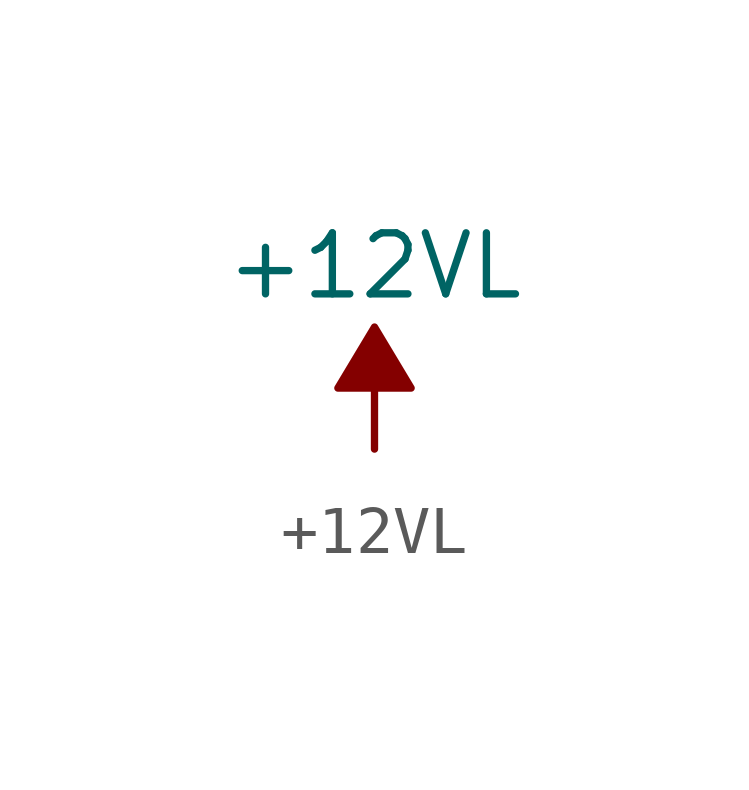
<source format=kicad_sym>
(kicad_symbol_lib
  (version 20211014)
  (generator kicad_symbol_editor)
  (symbol "+12VL"
    (power)
    (pin_names
      (offset 0))
    (property "Reference" "#PWR"
      (at 0 2.54 0)
      (effects (font (size 1.27 1.27)) hide))
    (property "Value" "+12VL"
      (at 0 3.81 0)
      (effects (font (size 1.27 1.27))))
    (symbol "+12VL_0_0"
      (pin power_in line (at 0 0 90) (length 0) hide (name "+12VL" (effects (font (size 1.27 1.27)))) (number "1" (effects (font (size 1.27 1.27))))))
    (symbol "+12VL_0_1"
      (polyline (pts (xy 0 0) (xy 0 1.27) (xy 0.762 1.27) (xy 0 2.54) (xy -0.762 1.27) (xy 0 1.27)) (stroke (width 0) (type default) (color 0 0 0 0)) (fill (type outline))))))
</source>
